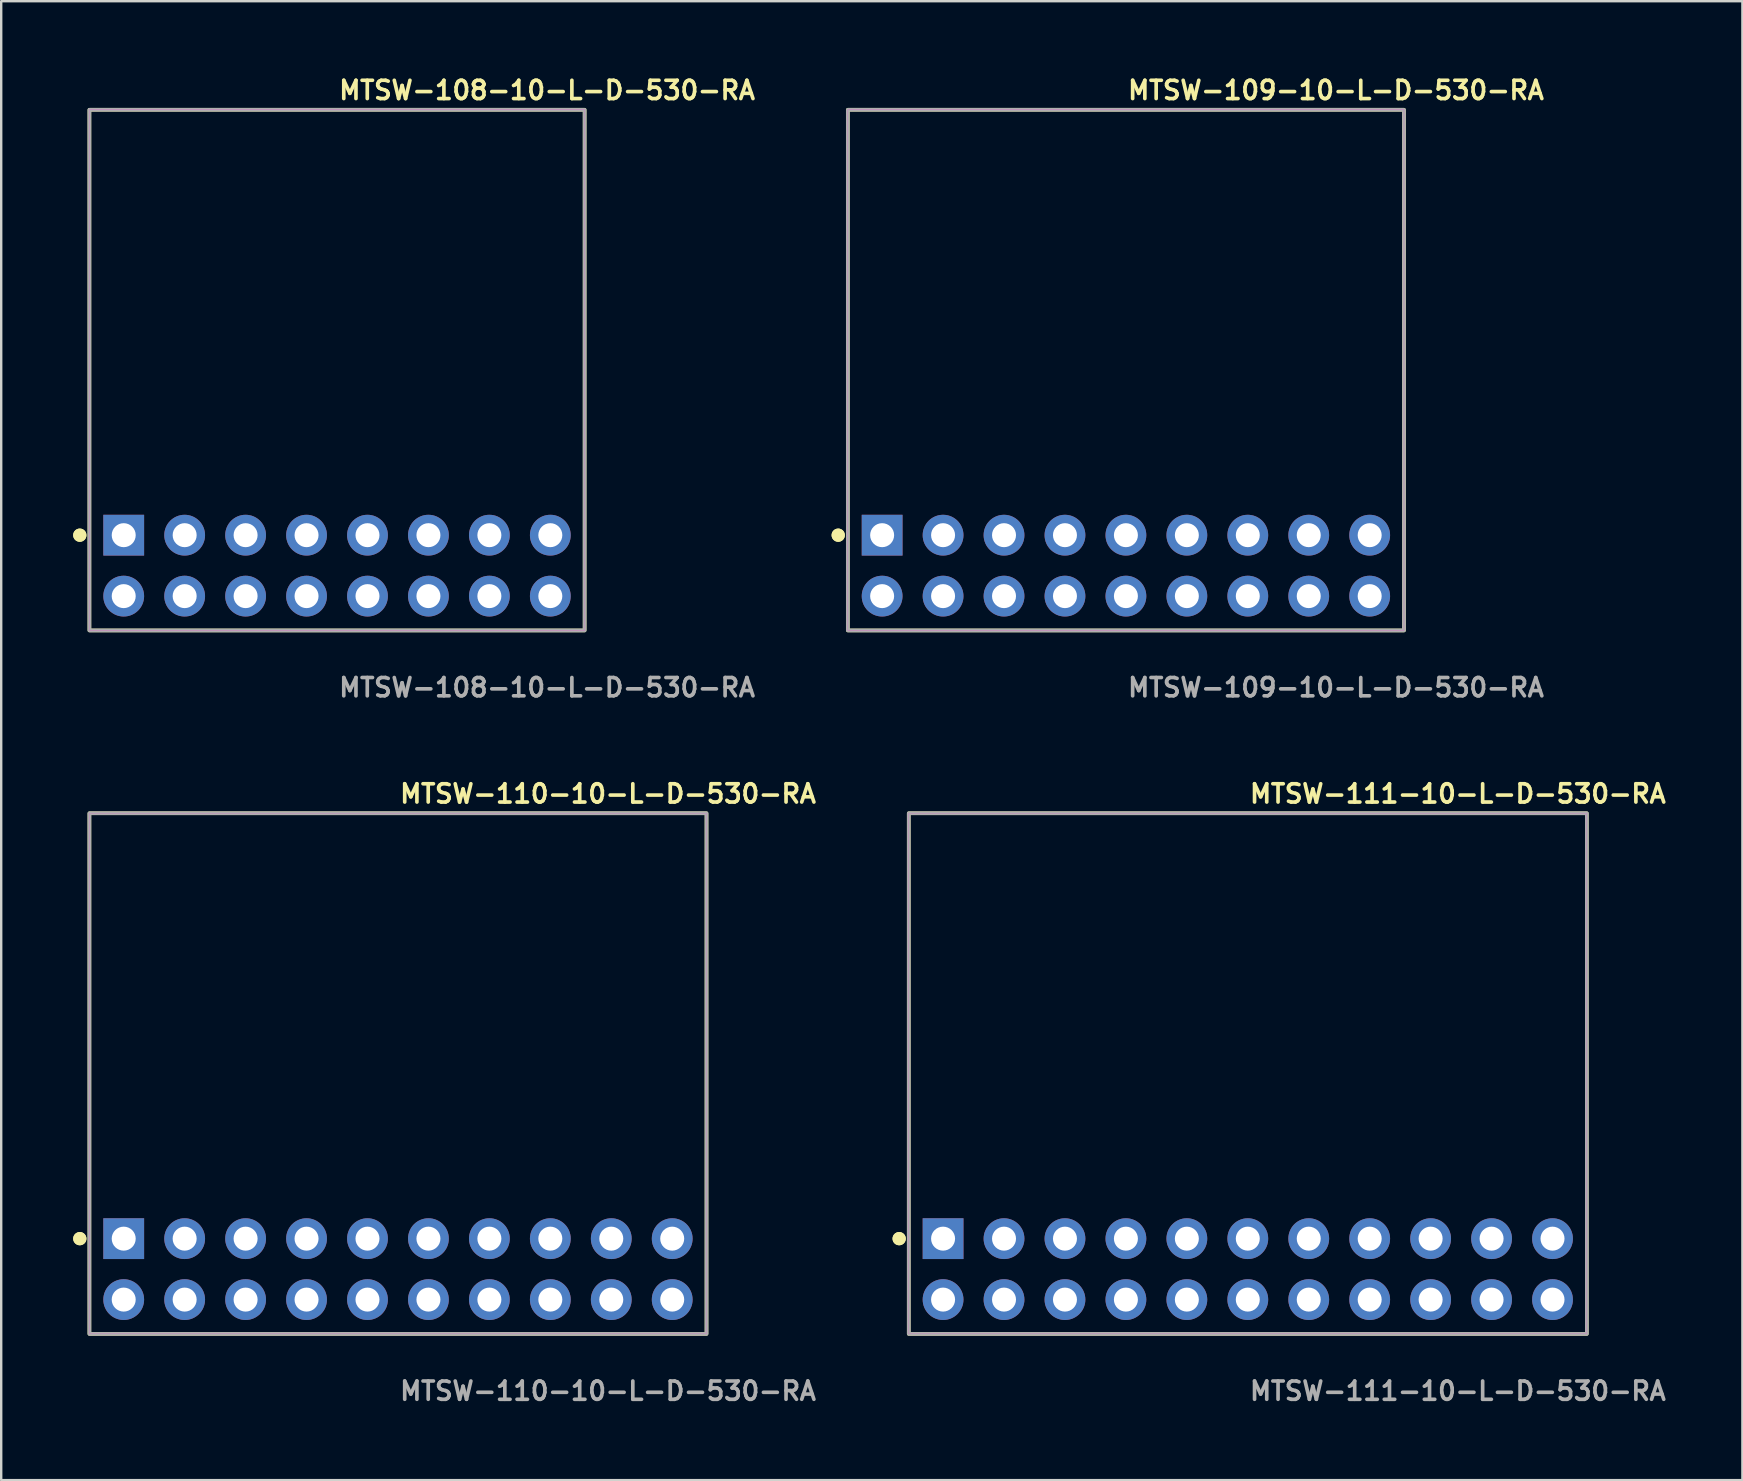
<source format=kicad_pcb>
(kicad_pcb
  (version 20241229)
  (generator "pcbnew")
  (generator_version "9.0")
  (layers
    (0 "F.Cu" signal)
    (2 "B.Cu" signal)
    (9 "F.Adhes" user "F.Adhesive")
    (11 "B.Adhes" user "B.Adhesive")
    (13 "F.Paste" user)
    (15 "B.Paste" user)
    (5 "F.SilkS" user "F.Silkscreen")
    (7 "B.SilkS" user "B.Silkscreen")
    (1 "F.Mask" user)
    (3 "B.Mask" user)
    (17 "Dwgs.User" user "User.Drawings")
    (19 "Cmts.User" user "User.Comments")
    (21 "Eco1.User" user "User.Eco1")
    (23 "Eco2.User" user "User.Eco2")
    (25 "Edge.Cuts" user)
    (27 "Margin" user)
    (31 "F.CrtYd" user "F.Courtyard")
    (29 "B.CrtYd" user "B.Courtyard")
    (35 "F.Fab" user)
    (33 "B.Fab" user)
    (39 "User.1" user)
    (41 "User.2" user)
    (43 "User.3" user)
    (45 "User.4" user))
  (footprint "MTSW-110-10-L-D-530-RA"
    (layer "F.Cu")
    (at 13.536 49.844)
    (property "Reference" "MTSW-110-10-L-D-530-RA" (at 0 -19.812 0) (unlocked yes) (layer "F.SilkS") (effects (font (size 0.762 0.762) (thickness 0.152)) (justify left)))
    (fp_rect (start -12.86 2.7) (end 12.86 -19) (stroke (width 0.152) (type solid)) (fill no) (layer "F.SilkS"))
    (fp_circle (center -13.26 -1.27) (end -13.46 -1.27) (stroke (width 0.152) (type solid)) (fill yes) (layer "F.SilkS"))
    (fp_circle (center -13.26 -1.27) (end -13.46 -1.27) (stroke (width 0.152) (type solid)) (fill yes) (layer "F.SilkS"))
    (fp_rect (start -12.86 2.7) (end 12.86 -19) (stroke (width 0.006) (type solid)) (fill no) (layer "F.CrtYd"))
    (fp_rect (start -12.86 2.7) (end 12.86 -19) (stroke (width 0.152) (type solid)) (fill no) (layer "F.Fab"))
    (fp_text user "${REFERENCE}" (at 0 5.08 0) (unlocked yes) (layer "F.Fab") (effects (font (size 0.762 0.762) (thickness 0.152)) (justify left)))
    (pad "1" thru_hole rect (at -11.43 -1.27) (size 1.7 1.7) (drill 1) (layers "*.Cu" "*.Mask"))
    (pad "2" thru_hole circle (at -11.43 1.27) (size 1.7 1.7) (drill 1) (layers "*.Cu" "*.Mask"))
    (pad "3" thru_hole circle (at -8.89 -1.27) (size 1.7 1.7) (drill 1) (layers "*.Cu" "*.Mask"))
    (pad "4" thru_hole circle (at -8.89 1.27) (size 1.7 1.7) (drill 1) (layers "*.Cu" "*.Mask"))
    (pad "5" thru_hole circle (at -6.35 -1.27) (size 1.7 1.7) (drill 1) (layers "*.Cu" "*.Mask"))
    (pad "6" thru_hole circle (at -6.35 1.27) (size 1.7 1.7) (drill 1) (layers "*.Cu" "*.Mask"))
    (pad "7" thru_hole circle (at -3.81 -1.27) (size 1.7 1.7) (drill 1) (layers "*.Cu" "*.Mask"))
    (pad "8" thru_hole circle (at -3.81 1.27) (size 1.7 1.7) (drill 1) (layers "*.Cu" "*.Mask"))
    (pad "9" thru_hole circle (at -1.27 -1.27) (size 1.7 1.7) (drill 1) (layers "*.Cu" "*.Mask"))
    (pad "10" thru_hole circle (at -1.27 1.27) (size 1.7 1.7) (drill 1) (layers "*.Cu" "*.Mask"))
    (pad "11" thru_hole circle (at 1.27 -1.27) (size 1.7 1.7) (drill 1) (layers "*.Cu" "*.Mask"))
    (pad "12" thru_hole circle (at 1.27 1.27) (size 1.7 1.7) (drill 1) (layers "*.Cu" "*.Mask"))
    (pad "13" thru_hole circle (at 3.81 -1.27) (size 1.7 1.7) (drill 1) (layers "*.Cu" "*.Mask"))
    (pad "14" thru_hole circle (at 3.81 1.27) (size 1.7 1.7) (drill 1) (layers "*.Cu" "*.Mask"))
    (pad "15" thru_hole circle (at 6.35 -1.27) (size 1.7 1.7) (drill 1) (layers "*.Cu" "*.Mask"))
    (pad "16" thru_hole circle (at 6.35 1.27) (size 1.7 1.7) (drill 1) (layers "*.Cu" "*.Mask"))
    (pad "17" thru_hole circle (at 8.89 -1.27) (size 1.7 1.7) (drill 1) (layers "*.Cu" "*.Mask"))
    (pad "18" thru_hole circle (at 8.89 1.27) (size 1.7 1.7) (drill 1) (layers "*.Cu" "*.Mask"))
    (pad "19" thru_hole circle (at 11.43 -1.27) (size 1.7 1.7) (drill 1) (layers "*.Cu" "*.Mask"))
    (pad "20" thru_hole circle (at 11.43 1.27) (size 1.7 1.7) (drill 1) (layers "*.Cu" "*.Mask")))
  (footprint "MTSW-108-10-L-D-530-RA"
    (layer "F.Cu")
    (at 10.996 20.525)
    (property "Reference" "MTSW-108-10-L-D-530-RA" (at 0 -19.812 0) (unlocked yes) (layer "F.SilkS") (effects (font (size 0.762 0.762) (thickness 0.152)) (justify left)))
    (fp_rect (start -10.32 2.7) (end 10.32 -19) (stroke (width 0.152) (type solid)) (fill no) (layer "F.SilkS"))
    (fp_circle (center -10.72 -1.27) (end -10.92 -1.27) (stroke (width 0.152) (type solid)) (fill yes) (layer "F.SilkS"))
    (fp_circle (center -10.72 -1.27) (end -10.92 -1.27) (stroke (width 0.152) (type solid)) (fill yes) (layer "F.SilkS"))
    (fp_rect (start -10.32 2.7) (end 10.32 -19) (stroke (width 0.006) (type solid)) (fill no) (layer "F.CrtYd"))
    (fp_rect (start -10.32 2.7) (end 10.32 -19) (stroke (width 0.152) (type solid)) (fill no) (layer "F.Fab"))
    (fp_text user "${REFERENCE}" (at 0 5.08 0) (unlocked yes) (layer "F.Fab") (effects (font (size 0.762 0.762) (thickness 0.152)) (justify left)))
    (pad "1" thru_hole rect (at -8.89 -1.27) (size 1.7 1.7) (drill 1) (layers "*.Cu" "*.Mask"))
    (pad "2" thru_hole circle (at -8.89 1.27) (size 1.7 1.7) (drill 1) (layers "*.Cu" "*.Mask"))
    (pad "3" thru_hole circle (at -6.35 -1.27) (size 1.7 1.7) (drill 1) (layers "*.Cu" "*.Mask"))
    (pad "4" thru_hole circle (at -6.35 1.27) (size 1.7 1.7) (drill 1) (layers "*.Cu" "*.Mask"))
    (pad "5" thru_hole circle (at -3.81 -1.27) (size 1.7 1.7) (drill 1) (layers "*.Cu" "*.Mask"))
    (pad "6" thru_hole circle (at -3.81 1.27) (size 1.7 1.7) (drill 1) (layers "*.Cu" "*.Mask"))
    (pad "7" thru_hole circle (at -1.27 -1.27) (size 1.7 1.7) (drill 1) (layers "*.Cu" "*.Mask"))
    (pad "8" thru_hole circle (at -1.27 1.27) (size 1.7 1.7) (drill 1) (layers "*.Cu" "*.Mask"))
    (pad "9" thru_hole circle (at 1.27 -1.27) (size 1.7 1.7) (drill 1) (layers "*.Cu" "*.Mask"))
    (pad "10" thru_hole circle (at 1.27 1.27) (size 1.7 1.7) (drill 1) (layers "*.Cu" "*.Mask"))
    (pad "11" thru_hole circle (at 3.81 -1.27) (size 1.7 1.7) (drill 1) (layers "*.Cu" "*.Mask"))
    (pad "12" thru_hole circle (at 3.81 1.27) (size 1.7 1.7) (drill 1) (layers "*.Cu" "*.Mask"))
    (pad "13" thru_hole circle (at 6.35 -1.27) (size 1.7 1.7) (drill 1) (layers "*.Cu" "*.Mask"))
    (pad "14" thru_hole circle (at 6.35 1.27) (size 1.7 1.7) (drill 1) (layers "*.Cu" "*.Mask"))
    (pad "15" thru_hole circle (at 8.89 -1.27) (size 1.7 1.7) (drill 1) (layers "*.Cu" "*.Mask"))
    (pad "16" thru_hole circle (at 8.89 1.27) (size 1.7 1.7) (drill 1) (layers "*.Cu" "*.Mask")))
  (footprint "MTSW-109-10-L-D-530-RA"
    (layer "F.Cu")
    (at 43.875 20.525)
    (property "Reference" "MTSW-109-10-L-D-530-RA" (at 0 -19.812 0) (unlocked yes) (layer "F.SilkS") (effects (font (size 0.762 0.762) (thickness 0.152)) (justify left)))
    (fp_rect (start -11.59 2.7) (end 11.59 -19) (stroke (width 0.152) (type solid)) (fill no) (layer "F.SilkS"))
    (fp_circle (center -11.99 -1.27) (end -12.19 -1.27) (stroke (width 0.152) (type solid)) (fill yes) (layer "F.SilkS"))
    (fp_circle (center -11.99 -1.27) (end -12.19 -1.27) (stroke (width 0.152) (type solid)) (fill yes) (layer "F.SilkS"))
    (fp_rect (start -11.59 2.7) (end 11.59 -19) (stroke (width 0.006) (type solid)) (fill no) (layer "F.CrtYd"))
    (fp_rect (start -11.59 2.7) (end 11.59 -19) (stroke (width 0.152) (type solid)) (fill no) (layer "F.Fab"))
    (fp_text user "${REFERENCE}" (at 0 5.08 0) (unlocked yes) (layer "F.Fab") (effects (font (size 0.762 0.762) (thickness 0.152)) (justify left)))
    (pad "1" thru_hole rect (at -10.16 -1.27) (size 1.7 1.7) (drill 1) (layers "*.Cu" "*.Mask"))
    (pad "2" thru_hole circle (at -10.16 1.27) (size 1.7 1.7) (drill 1) (layers "*.Cu" "*.Mask"))
    (pad "3" thru_hole circle (at -7.62 -1.27) (size 1.7 1.7) (drill 1) (layers "*.Cu" "*.Mask"))
    (pad "4" thru_hole circle (at -7.62 1.27) (size 1.7 1.7) (drill 1) (layers "*.Cu" "*.Mask"))
    (pad "5" thru_hole circle (at -5.08 -1.27) (size 1.7 1.7) (drill 1) (layers "*.Cu" "*.Mask"))
    (pad "6" thru_hole circle (at -5.08 1.27) (size 1.7 1.7) (drill 1) (layers "*.Cu" "*.Mask"))
    (pad "7" thru_hole circle (at -2.54 -1.27) (size 1.7 1.7) (drill 1) (layers "*.Cu" "*.Mask"))
    (pad "8" thru_hole circle (at -2.54 1.27) (size 1.7 1.7) (drill 1) (layers "*.Cu" "*.Mask"))
    (pad "9" thru_hole circle (at 0 -1.27) (size 1.7 1.7) (drill 1) (layers "*.Cu" "*.Mask"))
    (pad "10" thru_hole circle (at 0 1.27) (size 1.7 1.7) (drill 1) (layers "*.Cu" "*.Mask"))
    (pad "11" thru_hole circle (at 2.54 -1.27) (size 1.7 1.7) (drill 1) (layers "*.Cu" "*.Mask"))
    (pad "12" thru_hole circle (at 2.54 1.27) (size 1.7 1.7) (drill 1) (layers "*.Cu" "*.Mask"))
    (pad "13" thru_hole circle (at 5.08 -1.27) (size 1.7 1.7) (drill 1) (layers "*.Cu" "*.Mask"))
    (pad "14" thru_hole circle (at 5.08 1.27) (size 1.7 1.7) (drill 1) (layers "*.Cu" "*.Mask"))
    (pad "15" thru_hole circle (at 7.62 -1.27) (size 1.7 1.7) (drill 1) (layers "*.Cu" "*.Mask"))
    (pad "16" thru_hole circle (at 7.62 1.27) (size 1.7 1.7) (drill 1) (layers "*.Cu" "*.Mask"))
    (pad "17" thru_hole circle (at 10.16 -1.27) (size 1.7 1.7) (drill 1) (layers "*.Cu" "*.Mask"))
    (pad "18" thru_hole circle (at 10.16 1.27) (size 1.7 1.7) (drill 1) (layers "*.Cu" "*.Mask")))
  (footprint "MTSW-111-10-L-D-530-RA"
    (layer "F.Cu")
    (at 48.955 49.844)
    (property "Reference" "MTSW-111-10-L-D-530-RA" (at 0 -19.812 0) (unlocked yes) (layer "F.SilkS") (effects (font (size 0.762 0.762) (thickness 0.152)) (justify left)))
    (fp_rect (start -14.13 2.7) (end 14.13 -19) (stroke (width 0.152) (type solid)) (fill no) (layer "F.SilkS"))
    (fp_circle (center -14.53 -1.27) (end -14.73 -1.27) (stroke (width 0.152) (type solid)) (fill yes) (layer "F.SilkS"))
    (fp_circle (center -14.53 -1.27) (end -14.73 -1.27) (stroke (width 0.152) (type solid)) (fill yes) (layer "F.SilkS"))
    (fp_rect (start -14.13 2.7) (end 14.13 -19) (stroke (width 0.006) (type solid)) (fill no) (layer "F.CrtYd"))
    (fp_rect (start -14.13 2.7) (end 14.13 -19) (stroke (width 0.152) (type solid)) (fill no) (layer "F.Fab"))
    (fp_text user "${REFERENCE}" (at 0 5.08 0) (unlocked yes) (layer "F.Fab") (effects (font (size 0.762 0.762) (thickness 0.152)) (justify left)))
    (pad "1" thru_hole rect (at -12.7 -1.27) (size 1.7 1.7) (drill 1) (layers "*.Cu" "*.Mask"))
    (pad "2" thru_hole circle (at -12.7 1.27) (size 1.7 1.7) (drill 1) (layers "*.Cu" "*.Mask"))
    (pad "3" thru_hole circle (at -10.16 -1.27) (size 1.7 1.7) (drill 1) (layers "*.Cu" "*.Mask"))
    (pad "4" thru_hole circle (at -10.16 1.27) (size 1.7 1.7) (drill 1) (layers "*.Cu" "*.Mask"))
    (pad "5" thru_hole circle (at -7.62 -1.27) (size 1.7 1.7) (drill 1) (layers "*.Cu" "*.Mask"))
    (pad "6" thru_hole circle (at -7.62 1.27) (size 1.7 1.7) (drill 1) (layers "*.Cu" "*.Mask"))
    (pad "7" thru_hole circle (at -5.08 -1.27) (size 1.7 1.7) (drill 1) (layers "*.Cu" "*.Mask"))
    (pad "8" thru_hole circle (at -5.08 1.27) (size 1.7 1.7) (drill 1) (layers "*.Cu" "*.Mask"))
    (pad "9" thru_hole circle (at -2.54 -1.27) (size 1.7 1.7) (drill 1) (layers "*.Cu" "*.Mask"))
    (pad "10" thru_hole circle (at -2.54 1.27) (size 1.7 1.7) (drill 1) (layers "*.Cu" "*.Mask"))
    (pad "11" thru_hole circle (at 0 -1.27) (size 1.7 1.7) (drill 1) (layers "*.Cu" "*.Mask"))
    (pad "12" thru_hole circle (at 0 1.27) (size 1.7 1.7) (drill 1) (layers "*.Cu" "*.Mask"))
    (pad "13" thru_hole circle (at 2.54 -1.27) (size 1.7 1.7) (drill 1) (layers "*.Cu" "*.Mask"))
    (pad "14" thru_hole circle (at 2.54 1.27) (size 1.7 1.7) (drill 1) (layers "*.Cu" "*.Mask"))
    (pad "15" thru_hole circle (at 5.08 -1.27) (size 1.7 1.7) (drill 1) (layers "*.Cu" "*.Mask"))
    (pad "16" thru_hole circle (at 5.08 1.27) (size 1.7 1.7) (drill 1) (layers "*.Cu" "*.Mask"))
    (pad "17" thru_hole circle (at 7.62 -1.27) (size 1.7 1.7) (drill 1) (layers "*.Cu" "*.Mask"))
    (pad "18" thru_hole circle (at 7.62 1.27) (size 1.7 1.7) (drill 1) (layers "*.Cu" "*.Mask"))
    (pad "19" thru_hole circle (at 10.16 -1.27) (size 1.7 1.7) (drill 1) (layers "*.Cu" "*.Mask"))
    (pad "20" thru_hole circle (at 10.16 1.27) (size 1.7 1.7) (drill 1) (layers "*.Cu" "*.Mask"))
    (pad "21" thru_hole circle (at 12.7 -1.27) (size 1.7 1.7) (drill 1) (layers "*.Cu" "*.Mask"))
    (pad "22" thru_hole circle (at 12.7 1.27) (size 1.7 1.7) (drill 1) (layers "*.Cu" "*.Mask")))
  (gr_rect
    (start -3 -3)
    (end 69.569 58.637)
    (stroke (width 0.1) (type default))
    (fill no)
    (layer "Edge.Cuts")))
</source>
